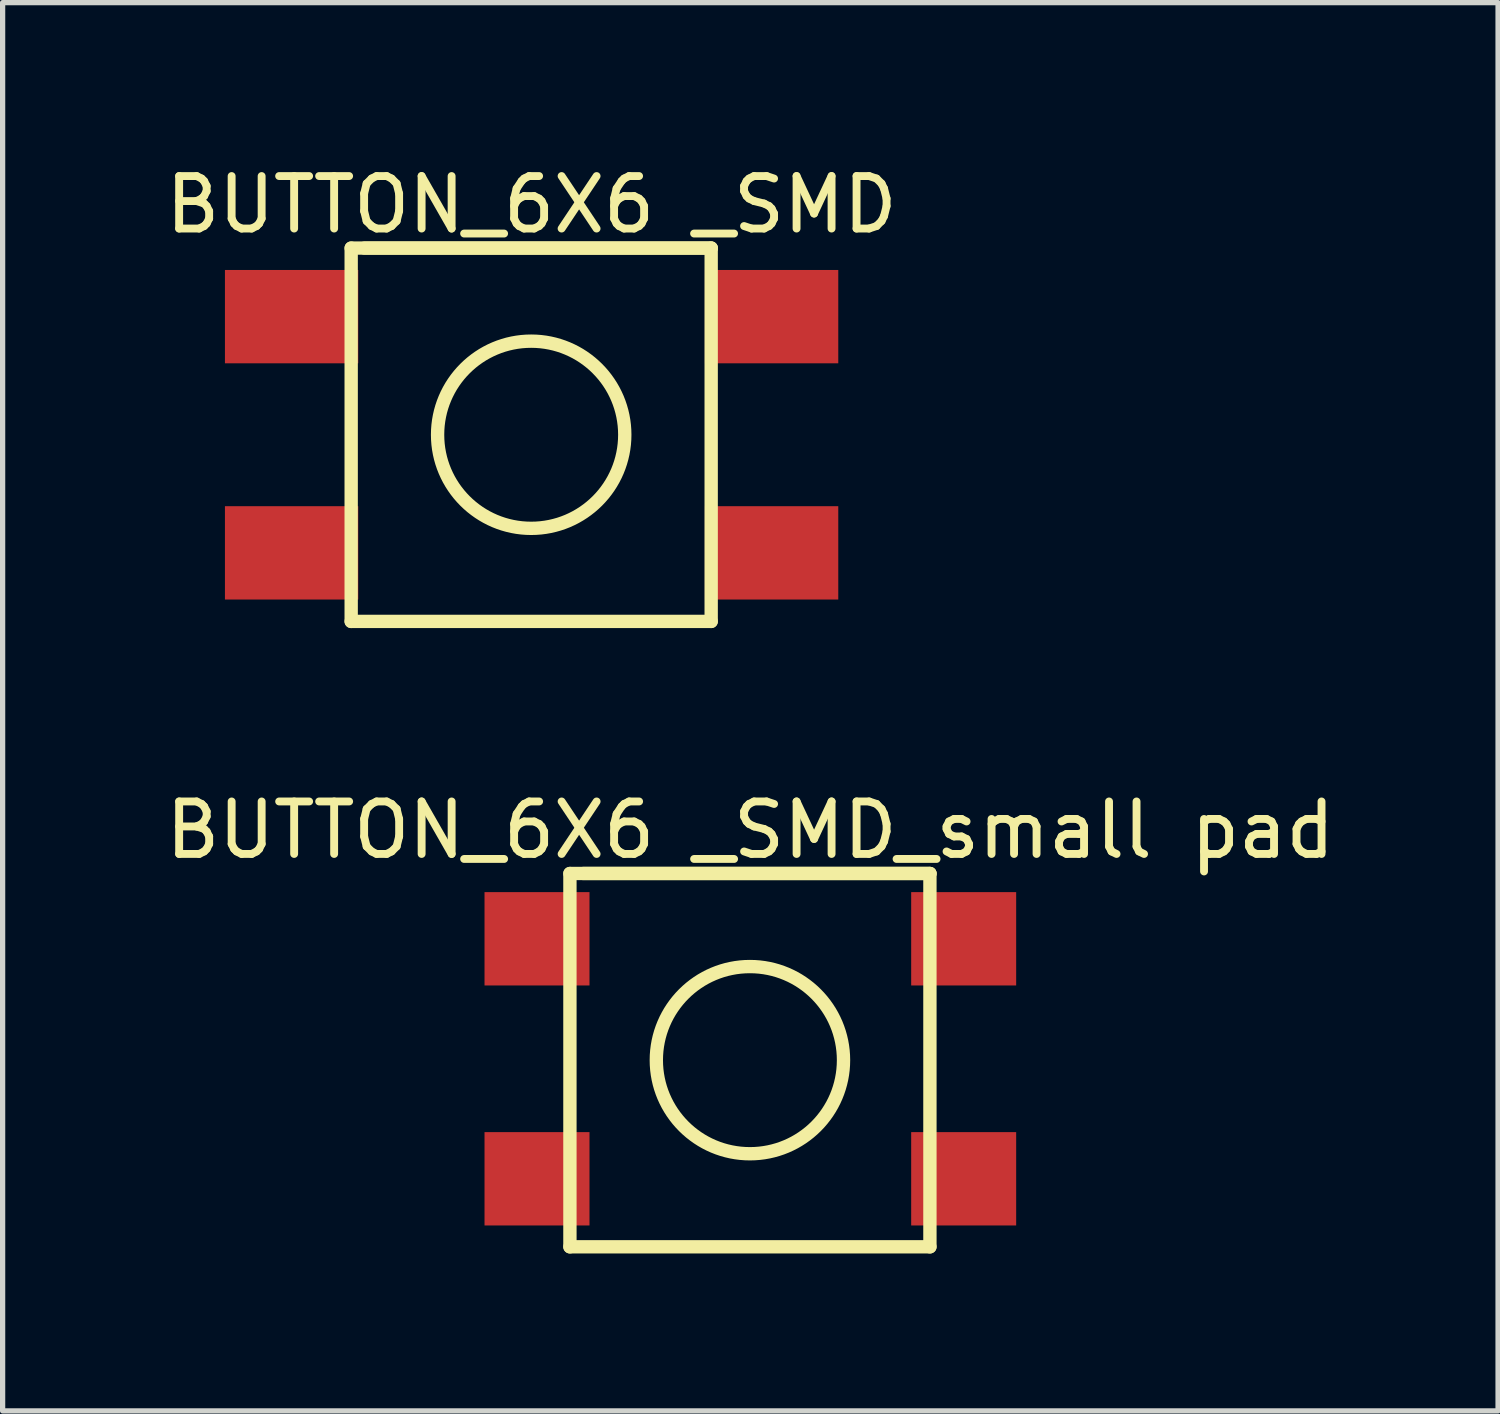
<source format=kicad_pcb>
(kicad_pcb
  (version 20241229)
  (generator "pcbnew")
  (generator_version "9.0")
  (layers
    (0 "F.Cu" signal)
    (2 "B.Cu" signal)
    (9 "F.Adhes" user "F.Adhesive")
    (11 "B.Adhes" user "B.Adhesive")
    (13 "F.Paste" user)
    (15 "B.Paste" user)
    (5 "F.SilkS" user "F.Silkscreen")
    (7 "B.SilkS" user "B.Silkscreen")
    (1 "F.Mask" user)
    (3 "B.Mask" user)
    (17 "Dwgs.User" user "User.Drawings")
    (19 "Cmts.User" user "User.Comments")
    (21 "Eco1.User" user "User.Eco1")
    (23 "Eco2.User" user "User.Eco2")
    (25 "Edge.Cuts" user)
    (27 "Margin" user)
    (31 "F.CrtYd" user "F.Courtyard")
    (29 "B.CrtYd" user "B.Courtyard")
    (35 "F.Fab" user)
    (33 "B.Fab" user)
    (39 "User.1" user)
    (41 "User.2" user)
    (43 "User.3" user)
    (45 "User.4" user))
  (footprint "BUTTON_6X6 _SMD_small pad"
    (layer "F.Cu")
    (at 11.244 17.12)
    (property "Reference" "BUTTON_6X6 _SMD_small pad" (at 0 -4.357 0) (layer "F.SilkS") (effects (font (size 1 1) (thickness 0.15))))
    (fp_line (start -3.437 -3.53) (end 3.421 -3.53) (stroke (width 0.254) (type solid)) (layer "F.SilkS"))
    (fp_line (start -3.437 3.582) (end -3.437 -3.53) (stroke (width 0.254) (type solid)) (layer "F.SilkS"))
    (fp_line (start -3.437 3.582) (end 3.421 3.582) (stroke (width 0.254) (type solid)) (layer "F.SilkS"))
    (fp_line (start -3.183 -3.53) (end 3.421 -3.53) (stroke (width 0.254) (type solid)) (layer "F.SilkS"))
    (fp_line (start 3.421 3.582) (end 3.421 -3.53) (stroke (width 0.254) (type solid)) (layer "F.SilkS"))
    (fp_circle (center -0.008 0.026) (end -0.008 -1.757) (stroke (width 0.254) (type solid)) (fill no) (layer "F.SilkS"))
    (pad "1" smd rect (at -4.064 -2.286) (size 2 1.778) (layers "F.Cu" "F.Mask" "F.Paste"))
    (pad "1" smd rect (at 4.064 -2.286) (size 2 1.778) (layers "F.Cu" "F.Mask" "F.Paste"))
    (pad "2" smd rect (at -4.064 2.286) (size 2 1.778) (layers "F.Cu" "F.Mask" "F.Paste"))
    (pad "2" smd rect (at 4.064 2.286) (size 2 1.778) (layers "F.Cu" "F.Mask" "F.Paste")))
  (footprint "BUTTON_6X6 _SMD"
    (layer "F.Cu")
    (at 7.077 5.206)
    (property "Reference" "BUTTON_6X6 _SMD" (at 0 -4.357 0) (layer "F.SilkS") (effects (font (size 1 1) (thickness 0.15))))
    (fp_line (start -3.437 -3.53) (end 3.421 -3.53) (stroke (width 0.254) (type solid)) (layer "F.SilkS"))
    (fp_line (start -3.437 3.582) (end -3.437 -3.53) (stroke (width 0.254) (type solid)) (layer "F.SilkS"))
    (fp_line (start -3.437 3.582) (end 3.421 3.582) (stroke (width 0.254) (type solid)) (layer "F.SilkS"))
    (fp_line (start -3.183 -3.53) (end 3.421 -3.53) (stroke (width 0.254) (type solid)) (layer "F.SilkS"))
    (fp_line (start 3.421 3.582) (end 3.421 -3.53) (stroke (width 0.254) (type solid)) (layer "F.SilkS"))
    (fp_circle (center -0.008 0.026) (end -0.008 -1.757) (stroke (width 0.254) (type solid)) (fill no) (layer "F.SilkS"))
    (pad "1" smd rect (at -4.572 -2.224) (size 2.54 1.778) (layers "F.Cu" "F.Mask" "F.Paste"))
    (pad "1" smd rect (at 4.572 -2.224) (size 2.54 1.778) (layers "F.Cu" "F.Mask" "F.Paste"))
    (pad "2" smd rect (at -4.572 2.276) (size 2.54 1.778) (layers "F.Cu" "F.Mask" "F.Paste"))
    (pad "2" smd rect (at 4.572 2.276) (size 2.54 1.778) (layers "F.Cu" "F.Mask" "F.Paste")))
  (gr_rect
    (start -3 -3)
    (end 25.488 23.828)
    (stroke (width 0.1) (type default))
    (fill no)
    (layer "Edge.Cuts")))
</source>
